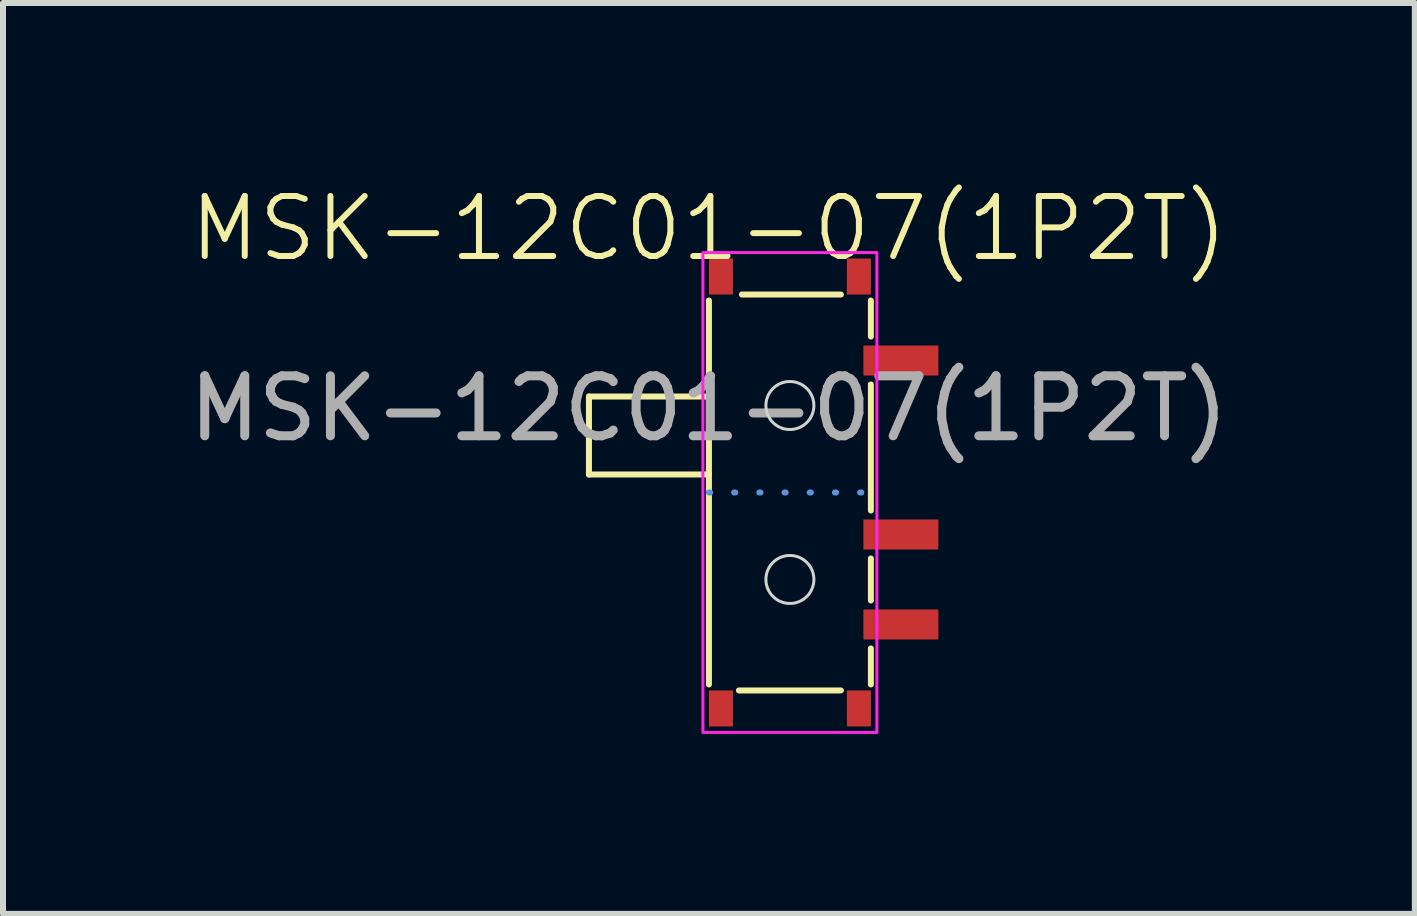
<source format=kicad_pcb>
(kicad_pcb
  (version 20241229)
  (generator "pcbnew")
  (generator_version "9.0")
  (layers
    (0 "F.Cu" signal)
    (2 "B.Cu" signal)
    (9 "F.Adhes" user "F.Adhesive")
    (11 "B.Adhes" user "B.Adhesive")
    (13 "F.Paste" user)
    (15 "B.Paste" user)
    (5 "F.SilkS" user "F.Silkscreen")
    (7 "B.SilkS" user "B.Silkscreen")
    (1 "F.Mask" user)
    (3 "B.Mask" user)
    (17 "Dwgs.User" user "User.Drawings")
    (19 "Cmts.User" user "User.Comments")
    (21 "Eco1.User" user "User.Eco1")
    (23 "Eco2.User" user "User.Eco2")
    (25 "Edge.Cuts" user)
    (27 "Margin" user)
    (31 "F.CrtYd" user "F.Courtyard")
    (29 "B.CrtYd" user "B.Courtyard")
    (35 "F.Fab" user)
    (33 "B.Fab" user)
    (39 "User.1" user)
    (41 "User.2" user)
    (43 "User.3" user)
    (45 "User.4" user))
  (footprint "MSK-12C01-07(1P2T)"
    (layer "F.Cu")
    (at 8.768 1.26)
    (property "Reference" "MSK-12C01-07(1P2T)" (at 0 -0.5 0) (unlocked yes) (layer "F.SilkS") (effects (font (size 1 1) (thickness 0.1))))
    (attr smd)
    (fp_poly (pts (xy 0 7.8) (xy 0.4 7.8) (xy 0.4 7.2) (xy 0 7.2)) (stroke (width 0) (type solid)) (fill yes) (layer "F.Cu"))
    (fp_poly (pts (xy 0.4 0.6) (xy 0 0.6) (xy 0 0) (xy 0.4 0)) (stroke (width 0) (type solid)) (fill yes) (layer "F.Cu"))
    (fp_poly (pts (xy 2.7 0.6) (xy 2.3 0.6) (xy 2.3 0) (xy 2.7 0)) (stroke (width 0) (type solid)) (fill yes) (layer "F.Cu"))
    (fp_poly (pts (xy 2.7 7.2) (xy 2.3 7.2) (xy 2.3 7.8) (xy 2.7 7.8)) (stroke (width 0) (type solid)) (fill yes) (layer "F.Cu"))
    (fp_line (start -2 2.3) (end 0 2.3) (stroke (width 0.1) (type default)) (layer "F.SilkS"))
    (fp_line (start -2 3.6) (end -2 2.3) (stroke (width 0.1) (type default)) (layer "F.SilkS"))
    (fp_line (start 0 3.6) (end -2 3.6) (stroke (width 0.1) (type default)) (layer "F.SilkS"))
    (fp_line (start 0 7.1) (end 0 0.7) (stroke (width 0.1) (type default)) (layer "F.SilkS"))
    (fp_line (start 0.55 0.6) (end 2.2 0.6) (stroke (width 0.1) (type default)) (layer "F.SilkS"))
    (fp_line (start 2.2 7.2) (end 0.5 7.2) (stroke (width 0.1) (type default)) (layer "F.SilkS"))
    (fp_line (start 2.7 0.7) (end 2.7 1.3) (stroke (width 0.1) (type default)) (layer "F.SilkS"))
    (fp_line (start 2.7 2.1) (end 2.7 4.2) (stroke (width 0.1) (type default)) (layer "F.SilkS"))
    (fp_line (start 2.7 5) (end 2.7 5.7) (stroke (width 0.1) (type default)) (layer "F.SilkS"))
    (fp_line (start 2.7 6.5) (end 2.7 7.1) (stroke (width 0.1) (type default)) (layer "F.SilkS"))
    (fp_line (start 0 3.9) (end 2.7 3.9) (stroke (width 0.1) (type dot)) (layer "Cmts.User"))
    (fp_circle (center 1.35 2.45) (end 1.75 2.45) (stroke (width 0.05) (type default)) (fill no) (layer "Edge.Cuts"))
    (fp_circle (center 1.35 5.35) (end 1.75 5.35) (stroke (width 0.05) (type default)) (fill no) (layer "Edge.Cuts"))
    (fp_poly (pts (xy -0.1 -0.1) (xy 2.8 -0.1) (xy 2.8 7.9) (xy -0.1 7.9)) (stroke (width 0.05) (type solid)) (fill no) (layer "F.CrtYd"))
    (fp_text user "${REFERENCE}" (at 0 2.5 0) (unlocked yes) (layer "F.Fab") (effects (font (size 1 1) (thickness 0.15))))
    (pad "1" smd rect (at 3.2 1.7 180) (size 1.25 0.5) (layers "F.Cu" "F.Mask" "F.Paste"))
    (pad "2" smd rect (at 3.2 4.6 180) (size 1.25 0.5) (layers "F.Cu" "F.Mask" "F.Paste"))
    (pad "3" smd rect (at 3.2 6.1 180) (size 1.25 0.5) (layers "F.Cu" "F.Mask" "F.Paste")))
  (gr_rect
    (start -3 -3)
    (end 20.536 12.185)
    (stroke (width 0.1) (type default))
    (fill no)
    (layer "Edge.Cuts")))
</source>
